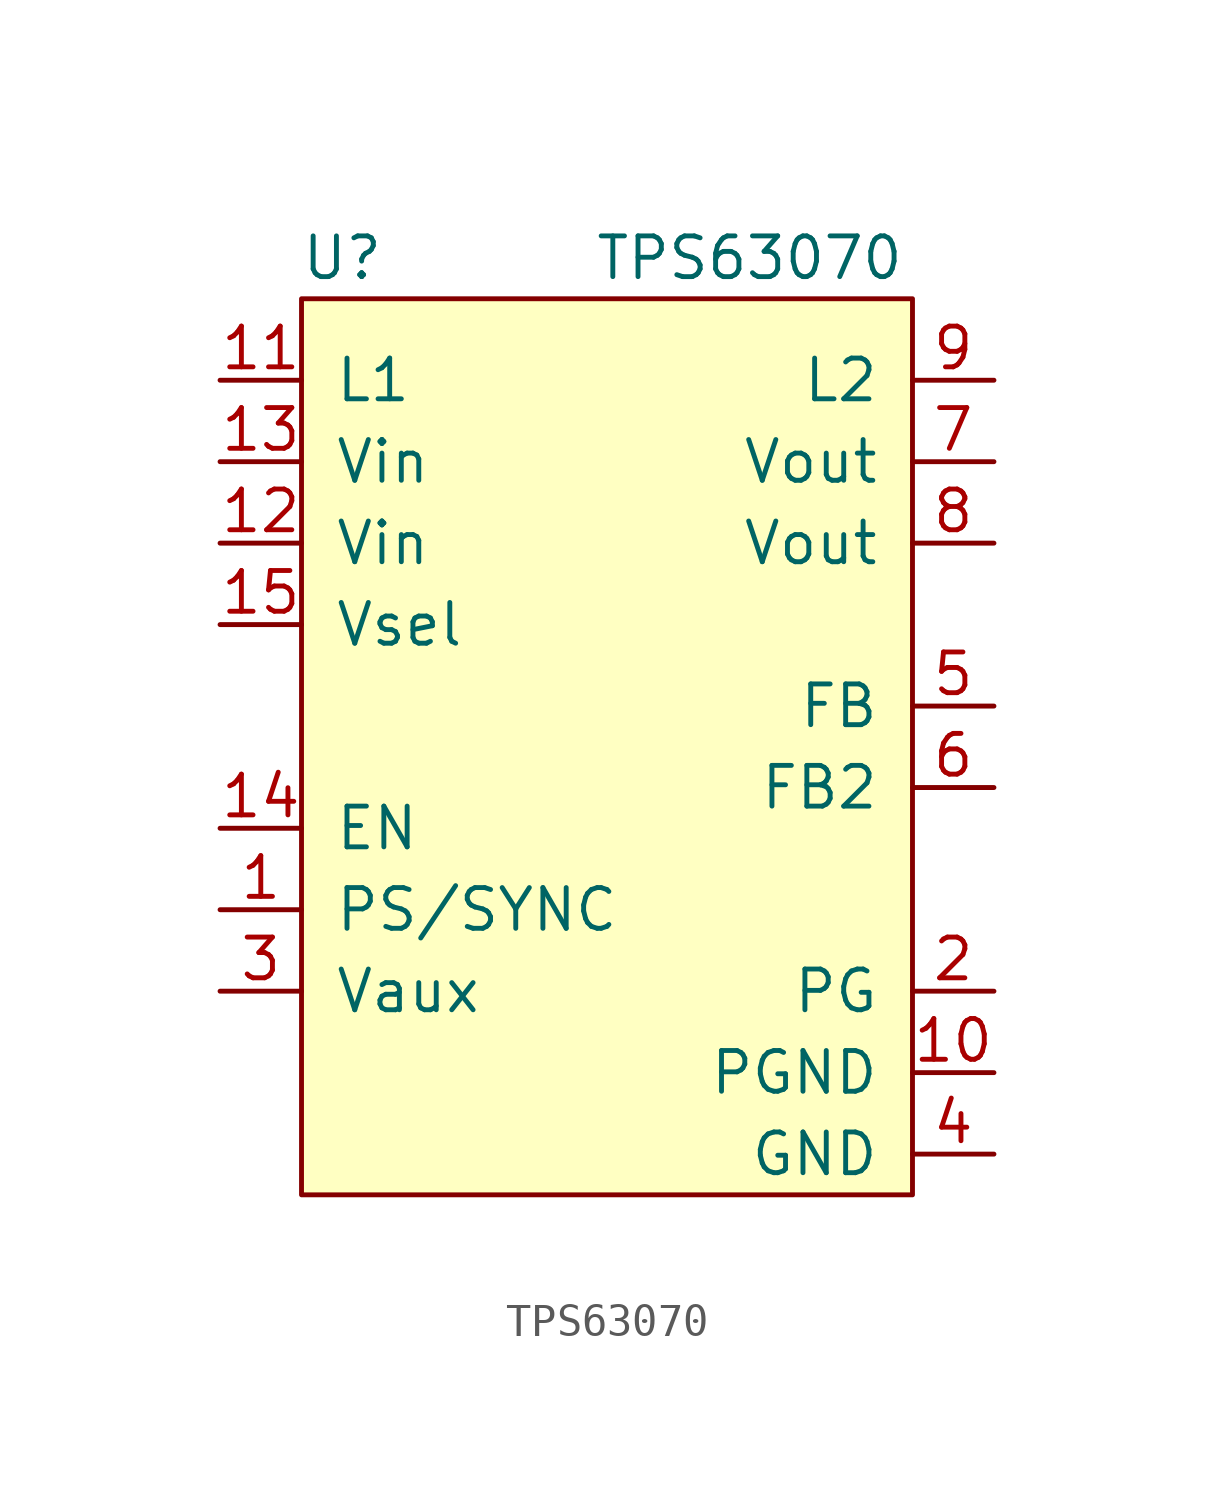
<source format=kicad_sym>
(kicad_symbol_lib
  (version 20211014)
  (generator kicad_symbol_editor)
  (symbol "TPS63070"
    (pin_names
      (offset 1.016))
    (property "Reference" "U"
      (at -8.89 19.05 0)
      (effects (font (size 1.27 1.27))))
    (property "Value" "TPS63070"
      (at 3.81 19.05 0)
      (effects (font (size 1.27 1.27))))
    (symbol "TPS63070_1_1"
      (rectangle (start -10.16 17.78) (end 8.89 -10.16) (stroke (width 0.152) (type default) (color 0 0 0 0)) (fill (type background)))
      (pin input line (at -12.7 -1.27 0) (length 2.54) (name "PS/SYNC" (effects (font (size 1.27 1.27)))) (number "1" (effects (font (size 1.27 1.27)))))
      (pin input line (at 11.43 -6.35 180) (length 2.54) (name "PGND" (effects (font (size 1.27 1.27)))) (number "10" (effects (font (size 1.27 1.27)))))
      (pin input line (at -12.7 15.24 0) (length 2.54) (name "L1" (effects (font (size 1.27 1.27)))) (number "11" (effects (font (size 1.27 1.27)))))
      (pin input line (at -12.7 10.16 0) (length 2.54) (name "Vin" (effects (font (size 1.27 1.27)))) (number "12" (effects (font (size 1.27 1.27)))))
      (pin input line (at -12.7 12.7 0) (length 2.54) (name "Vin" (effects (font (size 1.27 1.27)))) (number "13" (effects (font (size 1.27 1.27)))))
      (pin input line (at -12.7 1.27 0) (length 2.54) (name "EN" (effects (font (size 1.27 1.27)))) (number "14" (effects (font (size 1.27 1.27)))))
      (pin input line (at -12.7 7.62 0) (length 2.54) (name "Vsel" (effects (font (size 1.27 1.27)))) (number "15" (effects (font (size 1.27 1.27)))))
      (pin input line (at 11.43 -3.81 180) (length 2.54) (name "PG" (effects (font (size 1.27 1.27)))) (number "2" (effects (font (size 1.27 1.27)))))
      (pin input line (at -12.7 -3.81 0) (length 2.54) (name "Vaux" (effects (font (size 1.27 1.27)))) (number "3" (effects (font (size 1.27 1.27)))))
      (pin input line (at 11.43 -8.89 180) (length 2.54) (name "GND" (effects (font (size 1.27 1.27)))) (number "4" (effects (font (size 1.27 1.27)))))
      (pin input line (at 11.43 5.08 180) (length 2.54) (name "FB" (effects (font (size 1.27 1.27)))) (number "5" (effects (font (size 1.27 1.27)))))
      (pin input line (at 11.43 2.54 180) (length 2.54) (name "FB2" (effects (font (size 1.27 1.27)))) (number "6" (effects (font (size 1.27 1.27)))))
      (pin input line (at 11.43 12.7 180) (length 2.54) (name "Vout" (effects (font (size 1.27 1.27)))) (number "7" (effects (font (size 1.27 1.27)))))
      (pin input line (at 11.43 10.16 180) (length 2.54) (name "Vout" (effects (font (size 1.27 1.27)))) (number "8" (effects (font (size 1.27 1.27)))))
      (pin input line (at 11.43 15.24 180) (length 2.54) (name "L2" (effects (font (size 1.27 1.27)))) (number "9" (effects (font (size 1.27 1.27))))))))
</source>
